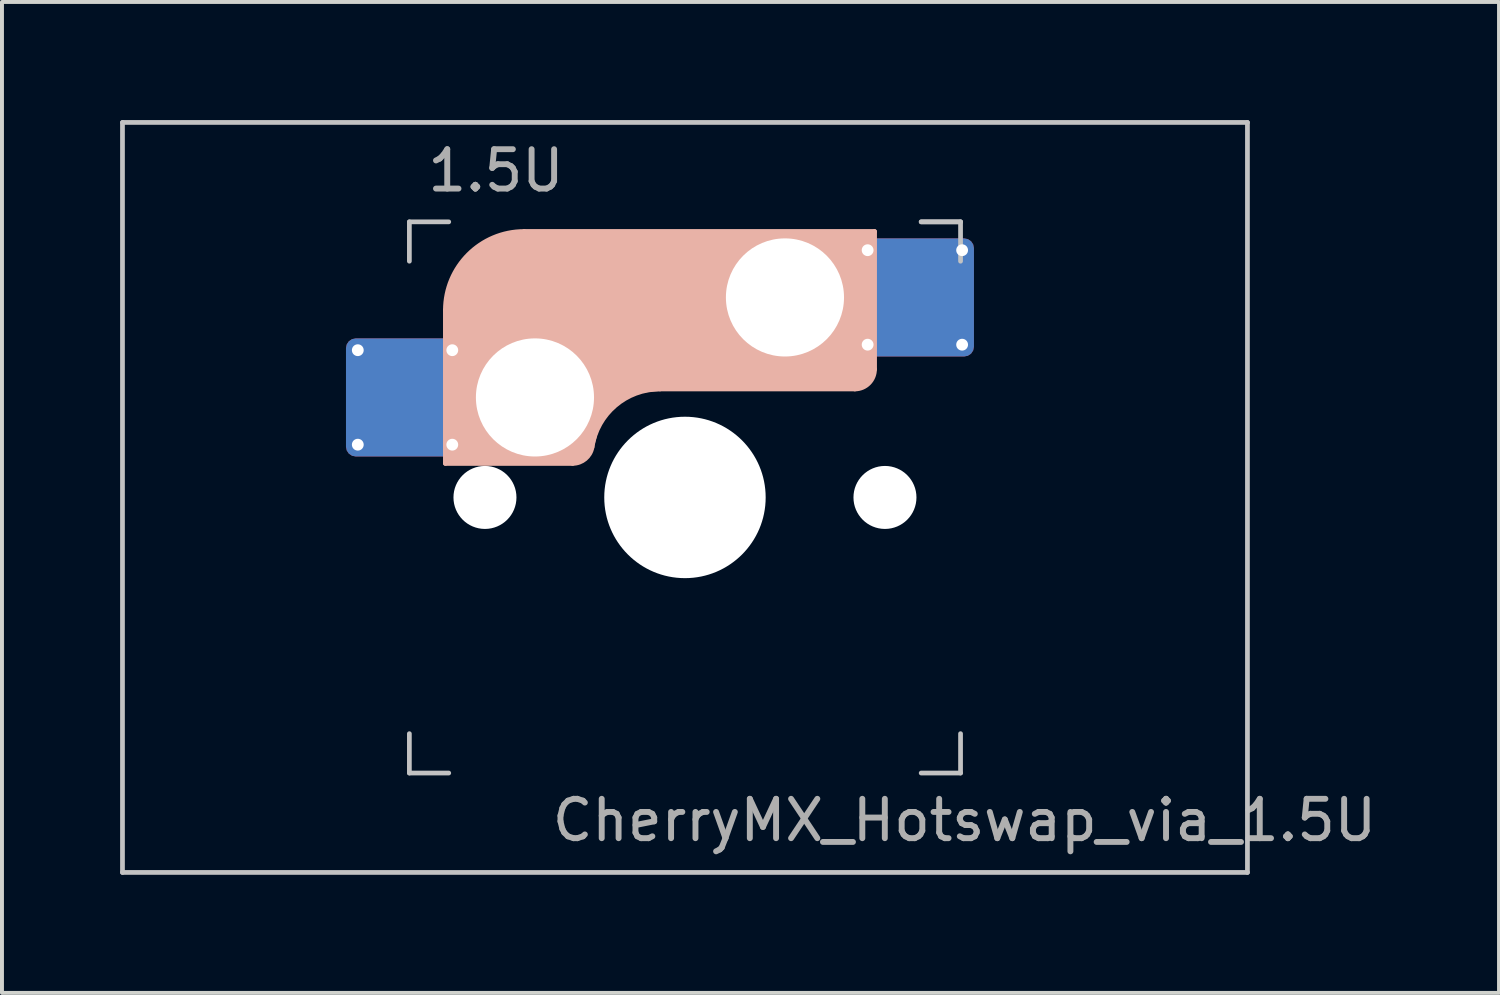
<source format=kicad_pcb>
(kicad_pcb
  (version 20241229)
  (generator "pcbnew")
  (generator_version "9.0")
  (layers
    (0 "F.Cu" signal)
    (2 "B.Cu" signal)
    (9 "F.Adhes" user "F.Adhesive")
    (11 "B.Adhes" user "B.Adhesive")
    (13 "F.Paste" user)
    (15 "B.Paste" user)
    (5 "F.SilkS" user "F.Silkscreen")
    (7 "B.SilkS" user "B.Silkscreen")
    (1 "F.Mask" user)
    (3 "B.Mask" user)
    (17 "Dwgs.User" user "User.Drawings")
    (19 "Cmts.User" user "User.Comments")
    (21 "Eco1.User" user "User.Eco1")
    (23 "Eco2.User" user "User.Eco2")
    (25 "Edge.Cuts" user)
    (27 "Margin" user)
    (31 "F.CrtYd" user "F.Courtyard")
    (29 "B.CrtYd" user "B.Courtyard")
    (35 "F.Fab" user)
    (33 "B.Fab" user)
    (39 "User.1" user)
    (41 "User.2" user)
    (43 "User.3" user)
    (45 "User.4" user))
  (footprint "CherryMX_Hotswap_via_1.5U"
    (layer "F.Cu")
    (at 14.348 9.585)
    (property "Reference" "CherryMX_Hotswap_via_1.5U" (at 7.1 8.2 0) (layer "F.Fab") (effects (font (size 1 1) (thickness 0.15))))
    (attr through_hole)
    (fp_line (start -8.11 -1.74) (end -8.11 -3.34) (stroke (width 0.12) (type solid)) (layer "B.Mask"))
    (fp_line (start -7.91 -3.54) (end -6.31 -3.54) (stroke (width 0.12) (type solid)) (layer "B.Mask"))
    (fp_line (start -6.31 -1.54) (end -7.91 -1.54) (stroke (width 0.12) (type solid)) (layer "B.Mask"))
    (fp_line (start -6.11 -3.34) (end -6.11 -1.74) (stroke (width 0.12) (type solid)) (layer "B.Mask"))
    (fp_line (start 4.84 -5.88) (end 4.84 -4.28) (stroke (width 0.12) (type solid)) (layer "B.Mask"))
    (fp_line (start 5.04 -6.08) (end 6.64 -6.08) (stroke (width 0.12) (type solid)) (layer "B.Mask"))
    (fp_line (start 5.04 -4.08) (end 6.64 -4.08) (stroke (width 0.12) (type solid)) (layer "B.Mask"))
    (fp_line (start 6.84 -4.28) (end 6.84 -5.88) (stroke (width 0.12) (type solid)) (layer "B.Mask"))
    (fp_arc (start -8.11 -3.34) (mid -8.051421 -3.481421) (end -7.91 -3.54) (stroke (width 0.12) (type solid)) (layer "B.Mask"))
    (fp_arc (start -7.91 -1.54) (mid -8.051421 -1.598579) (end -8.11 -1.74) (stroke (width 0.12) (type solid)) (layer "B.Mask"))
    (fp_arc (start -6.31 -3.54) (mid -6.168579 -3.481421) (end -6.11 -3.34) (stroke (width 0.12) (type solid)) (layer "B.Mask"))
    (fp_arc (start -6.11 -1.74) (mid -6.168579 -1.598579) (end -6.31 -1.54) (stroke (width 0.12) (type solid)) (layer "B.Mask"))
    (fp_arc (start 4.84 -5.88) (mid 4.898579 -6.021421) (end 5.04 -6.08) (stroke (width 0.12) (type solid)) (layer "B.Mask"))
    (fp_arc (start 5.04 -4.08) (mid 4.898579 -4.138579) (end 4.84 -4.28) (stroke (width 0.12) (type solid)) (layer "B.Mask"))
    (fp_arc (start 6.64 -6.08) (mid 6.781421 -6.021421) (end 6.84 -5.88) (stroke (width 0.12) (type solid)) (layer "B.Mask"))
    (fp_arc (start 6.84 -4.28) (mid 6.781421 -4.138579) (end 6.64 -4.08) (stroke (width 0.12) (type solid)) (layer "B.Mask"))
    (fp_poly (pts (xy -6.11 -3.34) (xy -6.11 -1.74) (xy -6.31 -1.54) (xy -7.91 -1.54) (xy -8.11 -1.74) (xy -8.11 -3.34) (xy -7.91 -3.54) (xy -6.31 -3.54)) (stroke (width 0.1) (type solid)) (fill yes) (layer "B.Mask"))
    (fp_poly (pts (xy 6.84 -5.88) (xy 6.84 -4.28) (xy 6.64 -4.08) (xy 5.04 -4.08) (xy 4.84 -4.28) (xy 4.84 -5.88) (xy 5.04 -6.08) (xy 6.64 -6.08)) (stroke (width 0.1) (type solid)) (fill yes) (layer "B.Mask"))
    (fp_line (start -6.085 -0.865) (end -6.085 -4.755) (stroke (width 0.12) (type solid)) (layer "B.SilkS"))
    (fp_line (start -4.085 -6.755) (end 4.815 -6.755) (stroke (width 0.12) (type solid)) (layer "B.SilkS"))
    (fp_line (start -2.852 -0.865) (end -6.085 -0.865) (stroke (width 0.12) (type solid)) (layer "B.SilkS"))
    (fp_line (start -0.635 -2.755) (end 4.315 -2.755) (stroke (width 0.12) (type solid)) (layer "B.SilkS"))
    (fp_line (start 4.815 -6.755) (end 4.815 -3.255) (stroke (width 0.12) (type solid)) (layer "B.SilkS"))
    (fp_arc (start -6.085 -4.755) (mid -5.499214 -6.169214) (end -4.085 -6.755) (stroke (width 0.12) (type solid)) (layer "B.SilkS"))
    (fp_arc (start -2.360959 -1.278326) (mid -1.770727 -2.335454) (end -0.635 -2.755) (stroke (width 0.12) (type solid)) (layer "B.SilkS"))
    (fp_arc (start -2.36 -1.278176) (mid -2.53101 -0.981978) (end -2.852404 -0.865) (stroke (width 0.12) (type solid)) (layer "B.SilkS"))
    (fp_arc (start 4.815 -3.255) (mid 4.668553 -2.901447) (end 4.315 -2.755) (stroke (width 0.12) (type solid)) (layer "B.SilkS"))
    (fp_poly (pts (xy 4.815 -3.255) (xy 4.633 -2.937) (xy 4.315 -2.755) (xy -0.635 -2.755) (xy -1.259 -2.696) (xy -1.805 -2.376) (xy -2.207 -1.885) (xy -2.361 -1.278) (xy -2.563 -1.02) (xy -2.852 -0.865) (xy -6.085 -0.865) (xy -6.085 -4.755) (xy -5.887 -5.501) (xy -5.464 -6.134) (xy -4.831 -6.557) (xy -4.085 -6.755) (xy 4.815 -6.755)) (stroke (width 0.1) (type solid)) (fill yes) (layer "B.SilkS"))
    (fp_line (start -8.11 -1.74) (end -8.11 -3.34) (stroke (width 0.12) (type solid)) (layer "B.Paste"))
    (fp_line (start -7.91 -3.54) (end -6.31 -3.54) (stroke (width 0.12) (type solid)) (layer "B.Paste"))
    (fp_line (start -6.31 -1.54) (end -7.91 -1.54) (stroke (width 0.12) (type solid)) (layer "B.Paste"))
    (fp_line (start -6.11 -3.34) (end -6.11 -1.74) (stroke (width 0.12) (type solid)) (layer "B.Paste"))
    (fp_line (start 4.84 -5.88) (end 4.84 -4.28) (stroke (width 0.12) (type solid)) (layer "B.Paste"))
    (fp_line (start 5.04 -6.08) (end 6.64 -6.08) (stroke (width 0.12) (type solid)) (layer "B.Paste"))
    (fp_line (start 5.04 -4.08) (end 6.64 -4.08) (stroke (width 0.12) (type solid)) (layer "B.Paste"))
    (fp_line (start 6.84 -4.28) (end 6.84 -5.88) (stroke (width 0.12) (type solid)) (layer "B.Paste"))
    (fp_arc (start -8.11 -3.34) (mid -8.051421 -3.481421) (end -7.91 -3.54) (stroke (width 0.12) (type solid)) (layer "B.Paste"))
    (fp_arc (start -7.91 -1.54) (mid -8.051421 -1.598579) (end -8.11 -1.74) (stroke (width 0.12) (type solid)) (layer "B.Paste"))
    (fp_arc (start -6.31 -3.54) (mid -6.168579 -3.481421) (end -6.11 -3.34) (stroke (width 0.12) (type solid)) (layer "B.Paste"))
    (fp_arc (start -6.11 -1.74) (mid -6.168579 -1.598579) (end -6.31 -1.54) (stroke (width 0.12) (type solid)) (layer "B.Paste"))
    (fp_arc (start 4.84 -5.88) (mid 4.898579 -6.021421) (end 5.04 -6.08) (stroke (width 0.12) (type solid)) (layer "B.Paste"))
    (fp_arc (start 5.04 -4.08) (mid 4.898579 -4.138579) (end 4.84 -4.28) (stroke (width 0.12) (type solid)) (layer "B.Paste"))
    (fp_arc (start 6.64 -6.08) (mid 6.781421 -6.021421) (end 6.84 -5.88) (stroke (width 0.12) (type solid)) (layer "B.Paste"))
    (fp_arc (start 6.84 -4.28) (mid 6.781421 -4.138579) (end 6.64 -4.08) (stroke (width 0.12) (type solid)) (layer "B.Paste"))
    (fp_poly (pts (xy -6.11 -3.34) (xy -6.11 -1.74) (xy -6.31 -1.54) (xy -7.91 -1.54) (xy -8.11 -1.74) (xy -8.11 -3.34) (xy -7.91 -3.54) (xy -6.31 -3.54)) (stroke (width 0.1) (type solid)) (fill yes) (layer "B.Paste"))
    (fp_poly (pts (xy 6.84 -5.88) (xy 6.84 -4.28) (xy 6.64 -4.08) (xy 5.04 -4.08) (xy 4.84 -4.28) (xy 4.84 -5.88) (xy 5.04 -6.08) (xy 6.64 -6.08)) (stroke (width 0.1) (type solid)) (fill yes) (layer "B.Paste"))
    (fp_line (start -14.287 -9.525) (end 14.287 -9.525) (stroke (width 0.12) (type solid)) (layer "Dwgs.User"))
    (fp_line (start -14.287 9.525) (end -14.287 -9.525) (stroke (width 0.12) (type solid)) (layer "Dwgs.User"))
    (fp_line (start -7 -7) (end -7 -6) (stroke (width 0.12) (type solid)) (layer "Dwgs.User"))
    (fp_line (start -7 -7) (end -6 -7) (stroke (width 0.12) (type solid)) (layer "Dwgs.User"))
    (fp_line (start -7 7) (end -7 6) (stroke (width 0.12) (type solid)) (layer "Dwgs.User"))
    (fp_line (start -7 7) (end -6 7) (stroke (width 0.12) (type solid)) (layer "Dwgs.User"))
    (fp_line (start 6 -7) (end 7 -7) (stroke (width 0.12) (type solid)) (layer "Dwgs.User"))
    (fp_line (start 7 -7) (end 6 -7) (stroke (width 0.12) (type solid)) (layer "Dwgs.User"))
    (fp_line (start 7 -7) (end 7 -6) (stroke (width 0.12) (type solid)) (layer "Dwgs.User"))
    (fp_line (start 7 7) (end 6 7) (stroke (width 0.12) (type solid)) (layer "Dwgs.User"))
    (fp_line (start 7 7) (end 7 6) (stroke (width 0.12) (type solid)) (layer "Dwgs.User"))
    (fp_line (start 14.287 -9.525) (end 14.287 9.525) (stroke (width 0.12) (type solid)) (layer "Dwgs.User"))
    (fp_line (start 14.287 9.525) (end -14.287 9.525) (stroke (width 0.12) (type solid)) (layer "Dwgs.User"))
    (fp_text user "1.5U" (at -4.8 -8.3 0) (layer "F.Fab") (effects (font (size 1 1) (thickness 0.15))))
    (pad "" np_thru_hole circle (at -5.08 0) (size 1.6 1.6) (drill 1.6) (layers "*.Cu" "*.Mask"))
    (pad "" np_thru_hole circle (at -3.81 -2.54) (size 3 3) (drill 3) (layers "*.Cu" "*.Mask"))
    (pad "" np_thru_hole circle (at 0 0) (size 4.1 4.1) (drill 4.1) (layers "*.Cu" "*.Mask"))
    (pad "" np_thru_hole circle (at 2.54 -5.08) (size 3 3) (drill 3) (layers "*.Cu" "*.Mask"))
    (pad "" np_thru_hole circle (at 5.08 0) (size 1.6 1.6) (drill 1.6) (layers "*.Cu" "*.Mask"))
    (pad "1" thru_hole circle (at -8.31 -3.74) (size 0.5 0.5) (drill 0.3) (layers "*.Cu"))
    (pad "1" thru_hole circle (at -8.31 -1.34) (size 0.5 0.5) (drill 0.3) (layers "*.Cu"))
    (pad "1" smd roundrect (at -7.11 -2.54) (size 3 3) (layers "F.Cu") (roundrect_rratio 0.083))
    (pad "1" smd roundrect (at -7.11 -2.54 180) (size 3 3) (layers "B.Cu") (roundrect_rratio 0.083))
    (pad "1" thru_hole circle (at -5.91 -3.74) (size 0.5 0.5) (drill 0.3) (layers "*.Cu"))
    (pad "1" thru_hole circle (at -5.91 -1.34) (size 0.5 0.5) (drill 0.3) (layers "*.Cu"))
    (pad "2" thru_hole circle (at 4.64 -6.28 180) (size 0.5 0.5) (drill 0.3) (layers "*.Cu"))
    (pad "2" thru_hole circle (at 4.64 -3.88 180) (size 0.5 0.5) (drill 0.3) (layers "*.Cu"))
    (pad "2" smd roundrect (at 5.84 -5.08 180) (size 3 3) (layers "F.Cu") (roundrect_rratio 0.083))
    (pad "2" smd roundrect (at 5.84 -5.08 180) (size 3 3) (layers "B.Cu") (roundrect_rratio 0.083))
    (pad "2" thru_hole circle (at 7.04 -6.28 180) (size 0.5 0.5) (drill 0.3) (layers "*.Cu"))
    (pad "2" thru_hole circle (at 7.04 -3.88 180) (size 0.5 0.5) (drill 0.3) (layers "*.Cu")))
  (gr_rect
    (start -3 -3)
    (end 35.025 22.17)
    (stroke (width 0.1) (type default))
    (fill no)
    (layer "Edge.Cuts")))
</source>
